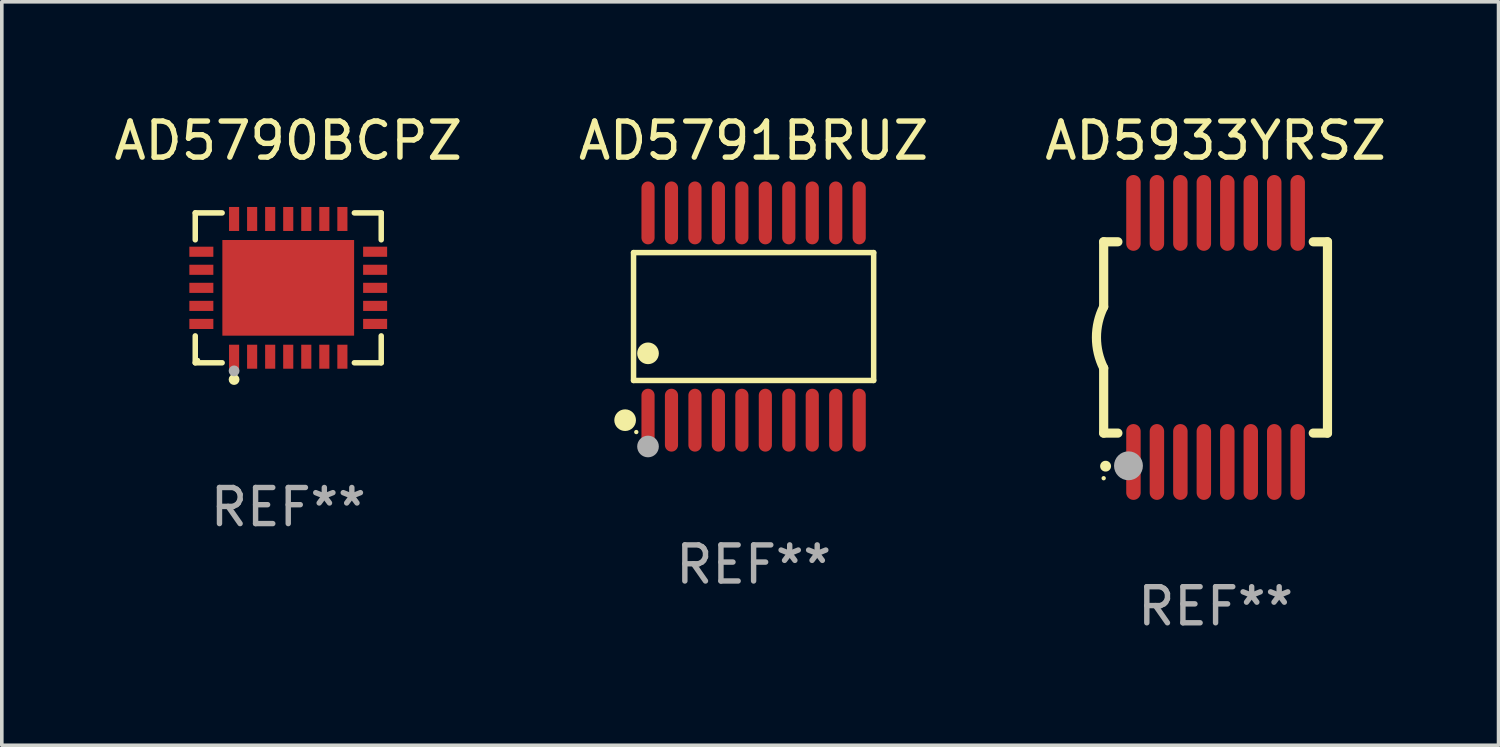
<source format=kicad_pcb>
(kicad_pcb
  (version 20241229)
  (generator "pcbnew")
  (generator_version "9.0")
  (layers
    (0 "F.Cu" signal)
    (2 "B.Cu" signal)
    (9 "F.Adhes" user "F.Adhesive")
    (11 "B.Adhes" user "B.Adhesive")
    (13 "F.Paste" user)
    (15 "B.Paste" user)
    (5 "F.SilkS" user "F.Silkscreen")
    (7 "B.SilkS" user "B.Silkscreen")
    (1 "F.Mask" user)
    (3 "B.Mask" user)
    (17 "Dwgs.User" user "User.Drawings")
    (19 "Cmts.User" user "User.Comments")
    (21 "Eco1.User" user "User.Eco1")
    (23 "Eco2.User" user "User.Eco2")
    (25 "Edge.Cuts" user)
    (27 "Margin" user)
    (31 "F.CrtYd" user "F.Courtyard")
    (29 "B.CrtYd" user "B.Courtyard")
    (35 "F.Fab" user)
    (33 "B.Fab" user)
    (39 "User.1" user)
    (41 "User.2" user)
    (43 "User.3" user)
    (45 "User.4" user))
  (footprint "AD5933YRSZ"
    (layer "F.Cu")
    (at 30.625 6.298)
    (property "Reference" "AD5933YRSZ" (at 0 -5.45 0) (layer "F.SilkS") (effects (font (size 1 1) (thickness 0.15))))
    (attr through_hole)
    (fp_line (start -3.1 -2.65) (end -3.1 -0.85) (stroke (width 0.254) (type solid)) (layer "F.SilkS"))
    (fp_line (start -3.1 -2.65) (end -2.706 -2.65) (stroke (width 0.254) (type solid)) (layer "F.SilkS"))
    (fp_line (start -3.1 2.65) (end -3.1 0.85) (stroke (width 0.254) (type solid)) (layer "F.SilkS"))
    (fp_line (start -3.1 2.65) (end -2.706 2.65) (stroke (width 0.254) (type solid)) (layer "F.SilkS"))
    (fp_line (start 2.706 -2.65) (end 3.1 -2.65) (stroke (width 0.254) (type solid)) (layer "F.SilkS"))
    (fp_line (start 2.706 2.65) (end 3.1 2.65) (stroke (width 0.254) (type solid)) (layer "F.SilkS"))
    (fp_line (start 3.1 -2.65) (end 3.1 2.65) (stroke (width 0.254) (type solid)) (layer "F.SilkS"))
    (fp_arc (start -3.098907 0.850902) (mid -3.300057 0.000523) (end -3.1 -0.850114) (stroke (width 0.254001) (type solid)) (layer "F.SilkS"))
    (fp_arc (start -3.048006 3.566066) (mid -3.046736 3.566061) (end -3.045466 3.566066) (stroke (width 0.3) (type solid)) (layer "F.SilkS"))
    (fp_circle (center -3.1 3.9) (end -3.07 3.9) (stroke (width 0.06) (type solid)) (fill no) (layer "F.SilkS"))
    (fp_circle (center -2.413 3.556) (end -2.213 3.556) (stroke (width 0.4) (type solid)) (fill no) (layer "F.Fab"))
    (fp_text user "REF**" (at 0 7.45 0) (layer "F.Fab") (effects (font (size 1 1) (thickness 0.15))))
    (pad "1" smd oval (at -2.275 3.45 180) (size 0.4 2.1) (layers "F.Cu" "F.Mask" "F.Paste"))
    (pad "2" smd oval (at -1.625 3.45 180) (size 0.4 2.1) (layers "F.Cu" "F.Mask" "F.Paste"))
    (pad "3" smd oval (at -0.975 3.45 180) (size 0.4 2.1) (layers "F.Cu" "F.Mask" "F.Paste"))
    (pad "4" smd oval (at -0.325 3.45 180) (size 0.4 2.1) (layers "F.Cu" "F.Mask" "F.Paste"))
    (pad "5" smd oval (at 0.325 3.45 180) (size 0.4 2.1) (layers "F.Cu" "F.Mask" "F.Paste"))
    (pad "6" smd oval (at 0.975 3.45 180) (size 0.4 2.1) (layers "F.Cu" "F.Mask" "F.Paste"))
    (pad "7" smd oval (at 1.625 3.45 180) (size 0.4 2.1) (layers "F.Cu" "F.Mask" "F.Paste"))
    (pad "8" smd oval (at 2.275 3.45 180) (size 0.4 2.1) (layers "F.Cu" "F.Mask" "F.Paste"))
    (pad "9" smd oval (at 2.275 -3.45 180) (size 0.4 2.1) (layers "F.Cu" "F.Mask" "F.Paste"))
    (pad "10" smd oval (at 1.625 -3.45 180) (size 0.4 2.1) (layers "F.Cu" "F.Mask" "F.Paste"))
    (pad "11" smd oval (at 0.975 -3.45 180) (size 0.4 2.1) (layers "F.Cu" "F.Mask" "F.Paste"))
    (pad "12" smd oval (at 0.325 -3.45 180) (size 0.4 2.1) (layers "F.Cu" "F.Mask" "F.Paste"))
    (pad "13" smd oval (at -0.325 -3.45 180) (size 0.4 2.1) (layers "F.Cu" "F.Mask" "F.Paste"))
    (pad "14" smd oval (at -0.975 -3.45 180) (size 0.4 2.1) (layers "F.Cu" "F.Mask" "F.Paste"))
    (pad "15" smd oval (at -1.625 -3.45 180) (size 0.4 2.1) (layers "F.Cu" "F.Mask" "F.Paste"))
    (pad "16" smd oval (at -2.275 -3.45 180) (size 0.4 2.1) (layers "F.Cu" "F.Mask" "F.Paste")))
  (footprint "AD5790BCPZ"
    (layer "F.Cu")
    (at 4.935 4.924)
    (property "Reference" "AD5790BCPZ" (at 0 -4.076 0) (layer "F.SilkS") (effects (font (size 1 1) (thickness 0.15))))
    (attr through_hole)
    (fp_line (start -2.576 -2.076) (end -1.831 -2.076) (stroke (width 0.152) (type solid)) (layer "F.SilkS"))
    (fp_line (start -2.576 -1.331) (end -2.576 -2.076) (stroke (width 0.152) (type solid)) (layer "F.SilkS"))
    (fp_line (start -2.576 1.331) (end -2.576 2.076) (stroke (width 0.152) (type solid)) (layer "F.SilkS"))
    (fp_line (start -2.576 2.076) (end -1.831 2.076) (stroke (width 0.152) (type solid)) (layer "F.SilkS"))
    (fp_line (start 2.576 -2.076) (end 1.831 -2.076) (stroke (width 0.152) (type solid)) (layer "F.SilkS"))
    (fp_line (start 2.576 -1.331) (end 2.576 -2.076) (stroke (width 0.152) (type solid)) (layer "F.SilkS"))
    (fp_line (start 2.576 1.331) (end 2.576 2.076) (stroke (width 0.152) (type solid)) (layer "F.SilkS"))
    (fp_line (start 2.576 2.076) (end 1.831 2.076) (stroke (width 0.152) (type solid)) (layer "F.SilkS"))
    (fp_circle (center -2.5 2) (end -2.47 2) (stroke (width 0.06) (type solid)) (fill no) (layer "F.SilkS"))
    (fp_circle (center -1.5 2.54) (end -1.425 2.54) (stroke (width 0.15) (type solid)) (fill no) (layer "F.SilkS"))
    (fp_circle (center -1.5 2.3) (end -1.425 2.3) (stroke (width 0.15) (type solid)) (fill no) (layer "F.Fab"))
    (fp_text user "REF**" (at 0 6.076 0) (layer "F.Fab") (effects (font (size 1 1) (thickness 0.15))))
    (pad "1" smd rect (at -1.5 1.908) (size 0.28 0.665) (layers "F.Cu" "F.Mask" "F.Paste"))
    (pad "2" smd rect (at -1 1.908) (size 0.28 0.665) (layers "F.Cu" "F.Mask" "F.Paste"))
    (pad "3" smd rect (at -0.5 1.908) (size 0.28 0.665) (layers "F.Cu" "F.Mask" "F.Paste"))
    (pad "4" smd rect (at 0 1.908) (size 0.28 0.665) (layers "F.Cu" "F.Mask" "F.Paste"))
    (pad "5" smd rect (at 0.5 1.908) (size 0.28 0.665) (layers "F.Cu" "F.Mask" "F.Paste"))
    (pad "6" smd rect (at 1 1.908) (size 0.28 0.665) (layers "F.Cu" "F.Mask" "F.Paste"))
    (pad "7" smd rect (at 1.5 1.908) (size 0.28 0.665) (layers "F.Cu" "F.Mask" "F.Paste"))
    (pad "8" smd rect (at 2.407 1) (size 0.665 0.28) (layers "F.Cu" "F.Mask" "F.Paste"))
    (pad "9" smd rect (at 2.407 0.5) (size 0.665 0.28) (layers "F.Cu" "F.Mask" "F.Paste"))
    (pad "10" smd rect (at 2.407 0) (size 0.665 0.28) (layers "F.Cu" "F.Mask" "F.Paste"))
    (pad "11" smd rect (at 2.407 -0.5) (size 0.665 0.28) (layers "F.Cu" "F.Mask" "F.Paste"))
    (pad "12" smd rect (at 2.407 -1) (size 0.665 0.28) (layers "F.Cu" "F.Mask" "F.Paste"))
    (pad "13" smd rect (at 1.5 -1.908) (size 0.28 0.665) (layers "F.Cu" "F.Mask" "F.Paste"))
    (pad "14" smd rect (at 1 -1.908) (size 0.28 0.665) (layers "F.Cu" "F.Mask" "F.Paste"))
    (pad "15" smd rect (at 0.5 -1.908) (size 0.28 0.665) (layers "F.Cu" "F.Mask" "F.Paste"))
    (pad "16" smd rect (at 0 -1.908) (size 0.28 0.665) (layers "F.Cu" "F.Mask" "F.Paste"))
    (pad "17" smd rect (at -0.5 -1.908) (size 0.28 0.665) (layers "F.Cu" "F.Mask" "F.Paste"))
    (pad "18" smd rect (at -1 -1.908) (size 0.28 0.665) (layers "F.Cu" "F.Mask" "F.Paste"))
    (pad "19" smd rect (at -1.5 -1.908) (size 0.28 0.665) (layers "F.Cu" "F.Mask" "F.Paste"))
    (pad "20" smd rect (at -2.407 -1) (size 0.665 0.28) (layers "F.Cu" "F.Mask" "F.Paste"))
    (pad "21" smd rect (at -2.407 -0.5) (size 0.665 0.28) (layers "F.Cu" "F.Mask" "F.Paste"))
    (pad "22" smd rect (at -2.407 0) (size 0.665 0.28) (layers "F.Cu" "F.Mask" "F.Paste"))
    (pad "23" smd rect (at -2.407 0.5) (size 0.665 0.28) (layers "F.Cu" "F.Mask" "F.Paste"))
    (pad "24" smd rect (at -2.407 1) (size 0.665 0.28) (layers "F.Cu" "F.Mask" "F.Paste"))
    (pad "25" smd rect (at 0 0) (size 3.65 2.65) (layers "F.Cu" "F.Mask" "F.Paste")))
  (footprint "AD5791BRUZ"
    (layer "F.Cu")
    (at 17.827 5.719)
    (property "Reference" "AD5791BRUZ" (at 0 -4.871 0) (layer "F.SilkS") (effects (font (size 1 1) (thickness 0.15))))
    (attr through_hole)
    (fp_line (start -3.326 -1.771) (end 3.326 -1.771) (stroke (width 0.152) (type solid)) (layer "F.SilkS"))
    (fp_line (start -3.326 1.771) (end -3.326 -1.771) (stroke (width 0.152) (type solid)) (layer "F.SilkS"))
    (fp_line (start 3.326 -1.771) (end 3.326 1.771) (stroke (width 0.152) (type solid)) (layer "F.SilkS"))
    (fp_line (start 3.326 1.771) (end -3.326 1.771) (stroke (width 0.152) (type solid)) (layer "F.SilkS"))
    (fp_circle (center -3.559 2.871) (end -3.409 2.871) (stroke (width 0.3) (type solid)) (fill no) (layer "F.SilkS"))
    (fp_circle (center -3.25 3.2) (end -3.22 3.2) (stroke (width 0.06) (type solid)) (fill no) (layer "F.SilkS"))
    (fp_circle (center -2.925 1.019) (end -2.775 1.019) (stroke (width 0.3) (type solid)) (fill no) (layer "F.SilkS"))
    (fp_circle (center -2.925 3.6) (end -2.775 3.6) (stroke (width 0.3) (type solid)) (fill no) (layer "F.Fab"))
    (fp_text user "REF**" (at 0 6.871 0) (layer "F.Fab") (effects (font (size 1 1) (thickness 0.15))))
    (pad "1" smd oval (at -2.925 2.871) (size 0.364 1.742) (layers "F.Cu" "F.Mask" "F.Paste"))
    (pad "2" smd oval (at -2.275 2.871) (size 0.364 1.742) (layers "F.Cu" "F.Mask" "F.Paste"))
    (pad "3" smd oval (at -1.625 2.871) (size 0.364 1.742) (layers "F.Cu" "F.Mask" "F.Paste"))
    (pad "4" smd oval (at -0.975 2.871) (size 0.364 1.742) (layers "F.Cu" "F.Mask" "F.Paste"))
    (pad "5" smd oval (at -0.325 2.871) (size 0.364 1.742) (layers "F.Cu" "F.Mask" "F.Paste"))
    (pad "6" smd oval (at 0.325 2.871) (size 0.364 1.742) (layers "F.Cu" "F.Mask" "F.Paste"))
    (pad "7" smd oval (at 0.975 2.871) (size 0.364 1.742) (layers "F.Cu" "F.Mask" "F.Paste"))
    (pad "8" smd oval (at 1.625 2.871) (size 0.364 1.742) (layers "F.Cu" "F.Mask" "F.Paste"))
    (pad "9" smd oval (at 2.275 2.871) (size 0.364 1.742) (layers "F.Cu" "F.Mask" "F.Paste"))
    (pad "10" smd oval (at 2.925 2.871) (size 0.364 1.742) (layers "F.Cu" "F.Mask" "F.Paste"))
    (pad "11" smd oval (at 2.925 -2.871) (size 0.364 1.742) (layers "F.Cu" "F.Mask" "F.Paste"))
    (pad "12" smd oval (at 2.275 -2.871) (size 0.364 1.742) (layers "F.Cu" "F.Mask" "F.Paste"))
    (pad "13" smd oval (at 1.625 -2.871) (size 0.364 1.742) (layers "F.Cu" "F.Mask" "F.Paste"))
    (pad "14" smd oval (at 0.975 -2.871) (size 0.364 1.742) (layers "F.Cu" "F.Mask" "F.Paste"))
    (pad "15" smd oval (at 0.325 -2.871) (size 0.364 1.742) (layers "F.Cu" "F.Mask" "F.Paste"))
    (pad "16" smd oval (at -0.325 -2.871) (size 0.364 1.742) (layers "F.Cu" "F.Mask" "F.Paste"))
    (pad "17" smd oval (at -0.975 -2.871) (size 0.364 1.742) (layers "F.Cu" "F.Mask" "F.Paste"))
    (pad "18" smd oval (at -1.625 -2.871) (size 0.364 1.742) (layers "F.Cu" "F.Mask" "F.Paste"))
    (pad "19" smd oval (at -2.275 -2.871) (size 0.364 1.742) (layers "F.Cu" "F.Mask" "F.Paste"))
    (pad "20" smd oval (at -2.925 -2.871) (size 0.364 1.742) (layers "F.Cu" "F.Mask" "F.Paste")))
  (gr_rect
    (start -3 -3)
    (end 38.464 17.597)
    (stroke (width 0.1) (type default))
    (fill no)
    (layer "Edge.Cuts")))
</source>
